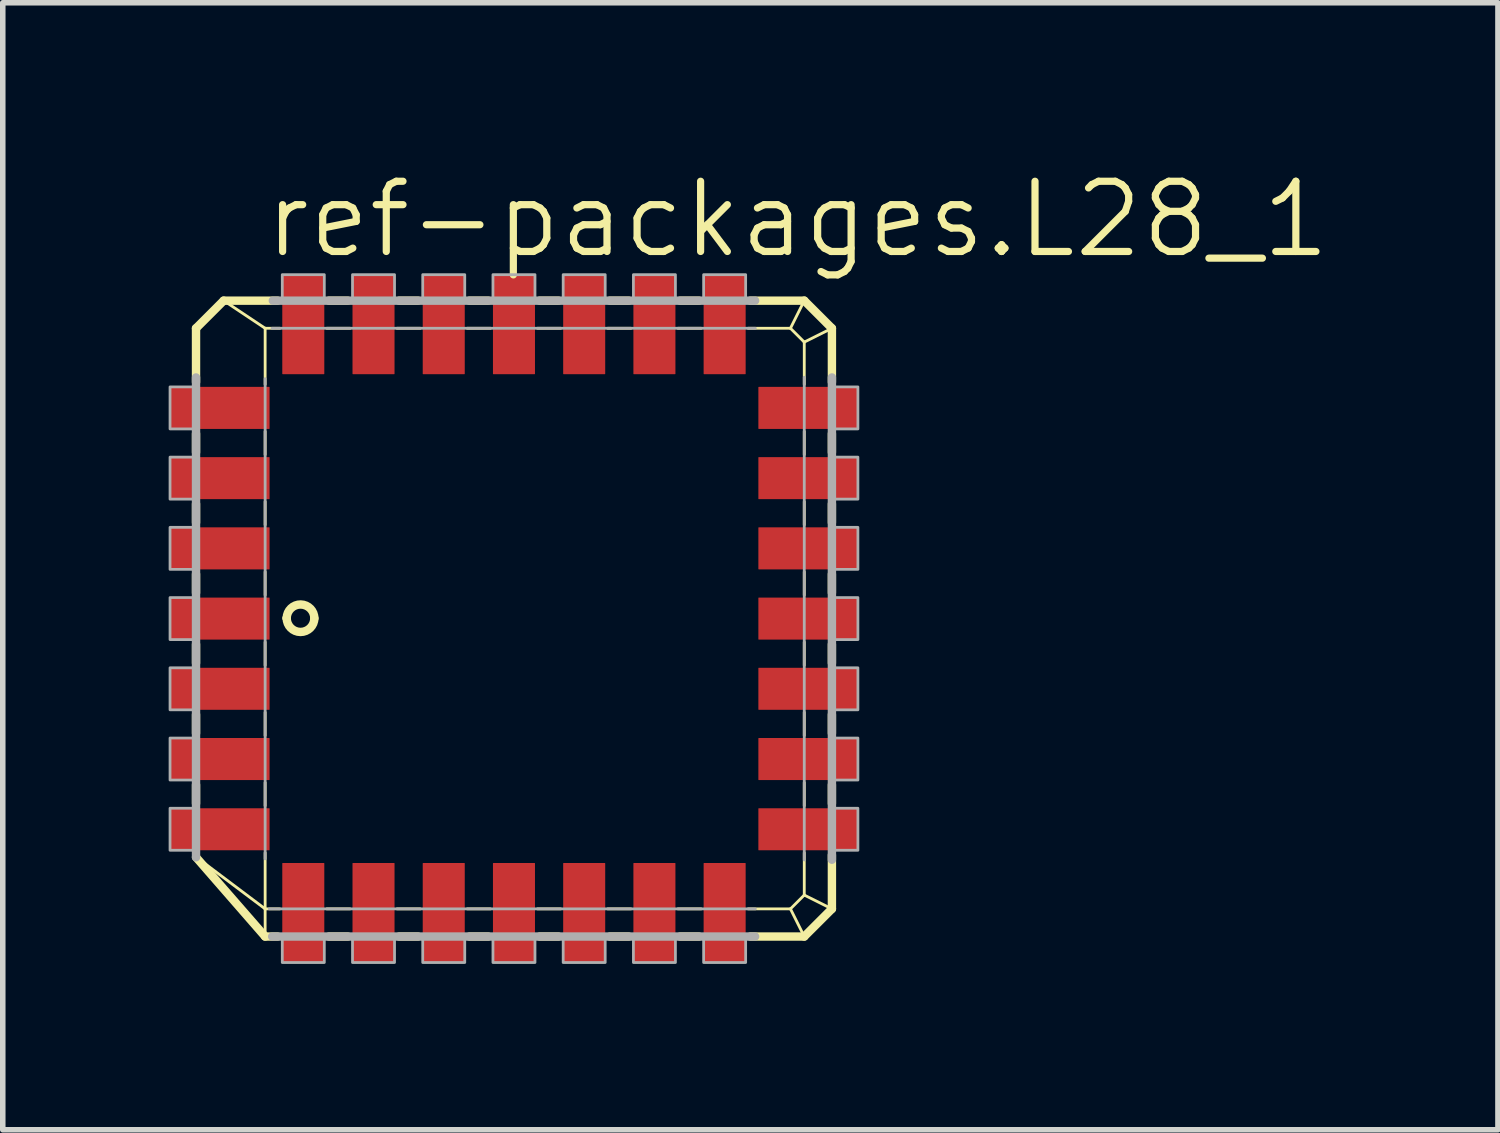
<source format=kicad_pcb>
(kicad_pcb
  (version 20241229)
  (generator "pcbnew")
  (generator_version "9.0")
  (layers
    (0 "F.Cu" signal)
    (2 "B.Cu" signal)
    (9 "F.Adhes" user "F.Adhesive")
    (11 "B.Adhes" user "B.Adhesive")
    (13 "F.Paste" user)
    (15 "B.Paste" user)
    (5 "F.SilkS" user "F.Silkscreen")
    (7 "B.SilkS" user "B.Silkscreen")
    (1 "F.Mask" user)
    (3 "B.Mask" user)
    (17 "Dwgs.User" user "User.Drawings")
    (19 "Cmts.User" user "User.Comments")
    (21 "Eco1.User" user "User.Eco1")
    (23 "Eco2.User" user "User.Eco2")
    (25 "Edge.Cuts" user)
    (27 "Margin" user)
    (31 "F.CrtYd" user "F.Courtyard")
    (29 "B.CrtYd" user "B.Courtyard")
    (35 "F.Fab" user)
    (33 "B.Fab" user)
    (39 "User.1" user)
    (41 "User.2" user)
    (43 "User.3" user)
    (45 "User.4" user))
  (footprint "ref-packages.L28_1"
    (layer "F.Cu")
    (at 6.245 8.137)
    (property "Reference" "ref-packages.L28_1" (at -4.572 -6.477 0) (layer "F.SilkS") (effects (font (size 1.27 1.27) (thickness 0.13)) (justify left bottom)))
    (attr smd)
    (fp_line (start -5.75 -5.25) (end -5.25 -5.75) (stroke (width 0.152) (type default)) (layer "F.SilkS"))
    (fp_line (start -5.75 -4.275) (end -5.75 -5.25) (stroke (width 0.152) (type default)) (layer "F.SilkS"))
    (fp_line (start -5.75 -3.005) (end -5.75 -3.345) (stroke (width 0.152) (type default)) (layer "F.SilkS"))
    (fp_line (start -5.75 -1.735) (end -5.75 -2.075) (stroke (width 0.152) (type default)) (layer "F.SilkS"))
    (fp_line (start -5.75 -0.465) (end -5.75 -0.805) (stroke (width 0.152) (type default)) (layer "F.SilkS"))
    (fp_line (start -5.75 0.805) (end -5.75 0.465) (stroke (width 0.152) (type default)) (layer "F.SilkS"))
    (fp_line (start -5.75 2.075) (end -5.75 1.735) (stroke (width 0.152) (type default)) (layer "F.SilkS"))
    (fp_line (start -5.75 3.345) (end -5.75 3.005) (stroke (width 0.152) (type default)) (layer "F.SilkS"))
    (fp_line (start -5.25 -5.75) (end -4.5 -5.25) (stroke (width 0.051) (type default)) (layer "F.SilkS"))
    (fp_line (start -5.25 -5.75) (end -4.275 -5.75) (stroke (width 0.152) (type default)) (layer "F.SilkS"))
    (fp_line (start -4.5 -5.25) (end -4.235 -5.25) (stroke (width 0.051) (type default)) (layer "F.SilkS"))
    (fp_line (start -4.5 -4.235) (end -4.5 -5.25) (stroke (width 0.051) (type default)) (layer "F.SilkS"))
    (fp_line (start -4.5 -2.965) (end -4.5 -3.385) (stroke (width 0.051) (type default)) (layer "F.SilkS"))
    (fp_line (start -4.5 -1.695) (end -4.5 -2.115) (stroke (width 0.051) (type default)) (layer "F.SilkS"))
    (fp_line (start -4.5 -0.425) (end -4.5 -0.845) (stroke (width 0.051) (type default)) (layer "F.SilkS"))
    (fp_line (start -4.5 0.845) (end -4.5 0.425) (stroke (width 0.051) (type default)) (layer "F.SilkS"))
    (fp_line (start -4.5 2.115) (end -4.5 1.695) (stroke (width 0.051) (type default)) (layer "F.SilkS"))
    (fp_line (start -4.5 3.385) (end -4.5 2.965) (stroke (width 0.051) (type default)) (layer "F.SilkS"))
    (fp_line (start -4.5 5.25) (end -5.729 4.326) (stroke (width 0.051) (type default)) (layer "F.SilkS"))
    (fp_line (start -4.5 5.25) (end -4.5 4.235) (stroke (width 0.051) (type default)) (layer "F.SilkS"))
    (fp_line (start -4.5 5.75) (end -5.75 4.315) (stroke (width 0.152) (type default)) (layer "F.SilkS"))
    (fp_line (start -4.5 5.75) (end -4.5 5.25) (stroke (width 0.051) (type default)) (layer "F.SilkS"))
    (fp_line (start -4.275 5.75) (end -4.5 5.75) (stroke (width 0.152) (type default)) (layer "F.SilkS"))
    (fp_line (start -4.235 5.25) (end -4.5 5.25) (stroke (width 0.051) (type default)) (layer "F.SilkS"))
    (fp_line (start -3.385 -5.25) (end -2.965 -5.25) (stroke (width 0.051) (type default)) (layer "F.SilkS"))
    (fp_line (start -3.345 -5.75) (end -3.005 -5.75) (stroke (width 0.152) (type default)) (layer "F.SilkS"))
    (fp_line (start -3.005 5.75) (end -3.345 5.75) (stroke (width 0.152) (type default)) (layer "F.SilkS"))
    (fp_line (start -2.965 5.25) (end -3.385 5.25) (stroke (width 0.051) (type default)) (layer "F.SilkS"))
    (fp_line (start -2.115 -5.25) (end -1.695 -5.25) (stroke (width 0.051) (type default)) (layer "F.SilkS"))
    (fp_line (start -2.075 -5.75) (end -1.735 -5.75) (stroke (width 0.152) (type default)) (layer "F.SilkS"))
    (fp_line (start -1.735 5.75) (end -2.075 5.75) (stroke (width 0.152) (type default)) (layer "F.SilkS"))
    (fp_line (start -1.695 5.25) (end -2.115 5.25) (stroke (width 0.051) (type default)) (layer "F.SilkS"))
    (fp_line (start -0.845 -5.25) (end -0.425 -5.25) (stroke (width 0.051) (type default)) (layer "F.SilkS"))
    (fp_line (start -0.805 -5.75) (end -0.465 -5.75) (stroke (width 0.152) (type default)) (layer "F.SilkS"))
    (fp_line (start -0.465 5.75) (end -0.805 5.75) (stroke (width 0.152) (type default)) (layer "F.SilkS"))
    (fp_line (start -0.425 5.25) (end -0.845 5.25) (stroke (width 0.051) (type default)) (layer "F.SilkS"))
    (fp_line (start 0.425 -5.25) (end 0.845 -5.25) (stroke (width 0.051) (type default)) (layer "F.SilkS"))
    (fp_line (start 0.465 -5.75) (end 0.805 -5.75) (stroke (width 0.152) (type default)) (layer "F.SilkS"))
    (fp_line (start 0.805 5.75) (end 0.465 5.75) (stroke (width 0.152) (type default)) (layer "F.SilkS"))
    (fp_line (start 0.845 5.25) (end 0.425 5.25) (stroke (width 0.051) (type default)) (layer "F.SilkS"))
    (fp_line (start 1.695 -5.25) (end 2.115 -5.25) (stroke (width 0.051) (type default)) (layer "F.SilkS"))
    (fp_line (start 1.735 -5.75) (end 2.075 -5.75) (stroke (width 0.152) (type default)) (layer "F.SilkS"))
    (fp_line (start 2.075 5.75) (end 1.735 5.75) (stroke (width 0.152) (type default)) (layer "F.SilkS"))
    (fp_line (start 2.115 5.25) (end 1.695 5.25) (stroke (width 0.051) (type default)) (layer "F.SilkS"))
    (fp_line (start 2.965 -5.25) (end 3.385 -5.25) (stroke (width 0.051) (type default)) (layer "F.SilkS"))
    (fp_line (start 3.005 -5.75) (end 3.345 -5.75) (stroke (width 0.152) (type default)) (layer "F.SilkS"))
    (fp_line (start 3.345 5.75) (end 3.005 5.75) (stroke (width 0.152) (type default)) (layer "F.SilkS"))
    (fp_line (start 3.385 5.25) (end 2.965 5.25) (stroke (width 0.051) (type default)) (layer "F.SilkS"))
    (fp_line (start 4.235 -5.25) (end 5 -5.25) (stroke (width 0.051) (type default)) (layer "F.SilkS"))
    (fp_line (start 4.275 -5.75) (end 5.25 -5.75) (stroke (width 0.152) (type default)) (layer "F.SilkS"))
    (fp_line (start 5 -5.25) (end 5.25 -5.75) (stroke (width 0.051) (type default)) (layer "F.SilkS"))
    (fp_line (start 5 -5.25) (end 5.25 -5) (stroke (width 0.051) (type default)) (layer "F.SilkS"))
    (fp_line (start 5 5.25) (end 4.235 5.25) (stroke (width 0.051) (type default)) (layer "F.SilkS"))
    (fp_line (start 5.25 -5.75) (end 5.75 -5.25) (stroke (width 0.152) (type default)) (layer "F.SilkS"))
    (fp_line (start 5.25 -5) (end 5.25 -4.235) (stroke (width 0.051) (type default)) (layer "F.SilkS"))
    (fp_line (start 5.25 -5) (end 5.75 -5.25) (stroke (width 0.051) (type default)) (layer "F.SilkS"))
    (fp_line (start 5.25 -3.385) (end 5.25 -2.965) (stroke (width 0.051) (type default)) (layer "F.SilkS"))
    (fp_line (start 5.25 -2.115) (end 5.25 -1.695) (stroke (width 0.051) (type default)) (layer "F.SilkS"))
    (fp_line (start 5.25 -0.845) (end 5.25 -0.425) (stroke (width 0.051) (type default)) (layer "F.SilkS"))
    (fp_line (start 5.25 0.425) (end 5.25 0.845) (stroke (width 0.051) (type default)) (layer "F.SilkS"))
    (fp_line (start 5.25 1.695) (end 5.25 2.115) (stroke (width 0.051) (type default)) (layer "F.SilkS"))
    (fp_line (start 5.25 2.965) (end 5.25 3.385) (stroke (width 0.051) (type default)) (layer "F.SilkS"))
    (fp_line (start 5.25 4.235) (end 5.25 5) (stroke (width 0.051) (type default)) (layer "F.SilkS"))
    (fp_line (start 5.25 5) (end 5 5.25) (stroke (width 0.051) (type default)) (layer "F.SilkS"))
    (fp_line (start 5.25 5.75) (end 4.275 5.75) (stroke (width 0.152) (type default)) (layer "F.SilkS"))
    (fp_line (start 5.25 5.75) (end 5 5.25) (stroke (width 0.051) (type default)) (layer "F.SilkS"))
    (fp_line (start 5.75 -5.25) (end 5.75 -4.275) (stroke (width 0.152) (type default)) (layer "F.SilkS"))
    (fp_line (start 5.75 -3.345) (end 5.75 -3.005) (stroke (width 0.152) (type default)) (layer "F.SilkS"))
    (fp_line (start 5.75 -2.075) (end 5.75 -1.735) (stroke (width 0.152) (type default)) (layer "F.SilkS"))
    (fp_line (start 5.75 -0.805) (end 5.75 -0.465) (stroke (width 0.152) (type default)) (layer "F.SilkS"))
    (fp_line (start 5.75 0.465) (end 5.75 0.805) (stroke (width 0.152) (type default)) (layer "F.SilkS"))
    (fp_line (start 5.75 1.735) (end 5.75 2.075) (stroke (width 0.152) (type default)) (layer "F.SilkS"))
    (fp_line (start 5.75 3.005) (end 5.75 3.345) (stroke (width 0.152) (type default)) (layer "F.SilkS"))
    (fp_line (start 5.75 4.275) (end 5.75 5.25) (stroke (width 0.152) (type default)) (layer "F.SilkS"))
    (fp_line (start 5.75 5.25) (end 5.25 5) (stroke (width 0.051) (type default)) (layer "F.SilkS"))
    (fp_line (start 5.75 5.25) (end 5.25 5.75) (stroke (width 0.152) (type default)) (layer "F.SilkS"))
    (fp_arc (start -4.11 -0.009) (mid -3.85604 -0.252513) (end -3.61 -0.001) (stroke (width 0.1524) (type default)) (layer "F.SilkS"))
    (fp_arc (start -4.11 -0.004) (mid -4.110012 -0.0065) (end -4.11 -0.009) (stroke (width 0.1524) (type default)) (layer "F.SilkS"))
    (fp_arc (start -3.61 -0.007) (mid -3.861 0.242) (end -4.11 -0.009) (stroke (width 0.1524) (type default)) (layer "F.SilkS"))
    (fp_line (start -5.75 4.317) (end -5.75 -4.361) (stroke (width 0.152) (type default)) (layer "F.Fab"))
    (fp_line (start -4.5 4.345) (end -4.5 -4.338) (stroke (width 0.051) (type default)) (layer "F.Fab"))
    (fp_line (start -4.376 -5.25) (end 4.365 -5.25) (stroke (width 0.051) (type default)) (layer "F.Fab"))
    (fp_line (start -4.361 -5.75) (end 4.361 -5.75) (stroke (width 0.152) (type default)) (layer "F.Fab"))
    (fp_line (start 4.361 5.75) (end -4.373 5.75) (stroke (width 0.152) (type default)) (layer "F.Fab"))
    (fp_line (start 4.365 5.25) (end -4.426 5.25) (stroke (width 0.051) (type default)) (layer "F.Fab"))
    (fp_line (start 5.25 -4.365) (end 5.25 4.365) (stroke (width 0.051) (type default)) (layer "F.Fab"))
    (fp_line (start 5.75 -4.361) (end 5.75 4.361) (stroke (width 0.152) (type default)) (layer "F.Fab"))
    (fp_rect (start -6.22 -3.43) (end -5.75 -4.19) (stroke (width 0.05) (type default)) (fill no) (layer "F.Fab"))
    (fp_rect (start -6.22 -2.16) (end -5.75 -2.92) (stroke (width 0.05) (type default)) (fill no) (layer "F.Fab"))
    (fp_rect (start -6.22 -0.89) (end -5.75 -1.65) (stroke (width 0.05) (type default)) (fill no) (layer "F.Fab"))
    (fp_rect (start -6.22 0.38) (end -5.75 -0.38) (stroke (width 0.05) (type default)) (fill no) (layer "F.Fab"))
    (fp_rect (start -6.22 1.65) (end -5.75 0.89) (stroke (width 0.05) (type default)) (fill no) (layer "F.Fab"))
    (fp_rect (start -6.22 2.92) (end -5.75 2.16) (stroke (width 0.05) (type default)) (fill no) (layer "F.Fab"))
    (fp_rect (start -6.22 4.19) (end -5.75 3.43) (stroke (width 0.05) (type default)) (fill no) (layer "F.Fab"))
    (fp_rect (start -4.19 -5.75) (end -3.43 -6.22) (stroke (width 0.05) (type default)) (fill no) (layer "F.Fab"))
    (fp_rect (start -4.19 6.22) (end -3.43 5.75) (stroke (width 0.05) (type default)) (fill no) (layer "F.Fab"))
    (fp_rect (start -2.92 -5.75) (end -2.16 -6.22) (stroke (width 0.05) (type default)) (fill no) (layer "F.Fab"))
    (fp_rect (start -2.92 6.22) (end -2.16 5.75) (stroke (width 0.05) (type default)) (fill no) (layer "F.Fab"))
    (fp_rect (start -1.65 -5.75) (end -0.89 -6.22) (stroke (width 0.05) (type default)) (fill no) (layer "F.Fab"))
    (fp_rect (start -1.65 6.22) (end -0.89 5.75) (stroke (width 0.05) (type default)) (fill no) (layer "F.Fab"))
    (fp_rect (start -0.38 -5.75) (end 0.38 -6.22) (stroke (width 0.05) (type default)) (fill no) (layer "F.Fab"))
    (fp_rect (start -0.38 6.22) (end 0.38 5.75) (stroke (width 0.05) (type default)) (fill no) (layer "F.Fab"))
    (fp_rect (start 0.89 -5.75) (end 1.65 -6.22) (stroke (width 0.05) (type default)) (fill no) (layer "F.Fab"))
    (fp_rect (start 0.89 6.22) (end 1.65 5.75) (stroke (width 0.05) (type default)) (fill no) (layer "F.Fab"))
    (fp_rect (start 2.16 -5.75) (end 2.92 -6.22) (stroke (width 0.05) (type default)) (fill no) (layer "F.Fab"))
    (fp_rect (start 2.16 6.22) (end 2.92 5.75) (stroke (width 0.05) (type default)) (fill no) (layer "F.Fab"))
    (fp_rect (start 3.43 -5.75) (end 4.19 -6.22) (stroke (width 0.05) (type default)) (fill no) (layer "F.Fab"))
    (fp_rect (start 3.43 6.22) (end 4.19 5.75) (stroke (width 0.05) (type default)) (fill no) (layer "F.Fab"))
    (fp_rect (start 5.75 -3.43) (end 6.22 -4.19) (stroke (width 0.05) (type default)) (fill no) (layer "F.Fab"))
    (fp_rect (start 5.75 -2.16) (end 6.22 -2.92) (stroke (width 0.05) (type default)) (fill no) (layer "F.Fab"))
    (fp_rect (start 5.75 -0.89) (end 6.22 -1.65) (stroke (width 0.05) (type default)) (fill no) (layer "F.Fab"))
    (fp_rect (start 5.75 0.38) (end 6.22 -0.38) (stroke (width 0.05) (type default)) (fill no) (layer "F.Fab"))
    (fp_rect (start 5.75 1.65) (end 6.22 0.89) (stroke (width 0.05) (type default)) (fill no) (layer "F.Fab"))
    (fp_rect (start 5.75 2.92) (end 6.22 2.16) (stroke (width 0.05) (type default)) (fill no) (layer "F.Fab"))
    (fp_rect (start 5.75 4.19) (end 6.22 3.43) (stroke (width 0.05) (type default)) (fill no) (layer "F.Fab"))
    (pad "1" smd roundrect (at -5.32 0) (size 1.8 0.76) (layers "F.Cu" "F.Mask" "F.Paste") (roundrect_rratio 0.01))
    (pad "2" smd roundrect (at -5.32 1.27) (size 1.8 0.76) (layers "F.Cu" "F.Mask" "F.Paste") (roundrect_rratio 0.01))
    (pad "3" smd roundrect (at -5.32 2.54) (size 1.8 0.76) (layers "F.Cu" "F.Mask" "F.Paste") (roundrect_rratio 0.01))
    (pad "4" smd roundrect (at -5.32 3.81) (size 1.8 0.76) (layers "F.Cu" "F.Mask" "F.Paste") (roundrect_rratio 0.01))
    (pad "5" smd roundrect (at -3.81 5.32) (size 0.76 1.8) (layers "F.Cu" "F.Mask" "F.Paste") (roundrect_rratio 0.01))
    (pad "6" smd roundrect (at -2.54 5.32) (size 0.76 1.8) (layers "F.Cu" "F.Mask" "F.Paste") (roundrect_rratio 0.01))
    (pad "7" smd roundrect (at -1.27 5.32) (size 0.76 1.8) (layers "F.Cu" "F.Mask" "F.Paste") (roundrect_rratio 0.01))
    (pad "8" smd roundrect (at 0 5.32) (size 0.76 1.8) (layers "F.Cu" "F.Mask" "F.Paste") (roundrect_rratio 0.01))
    (pad "9" smd roundrect (at 1.27 5.32) (size 0.76 1.8) (layers "F.Cu" "F.Mask" "F.Paste") (roundrect_rratio 0.01))
    (pad "10" smd roundrect (at 2.54 5.32) (size 0.76 1.8) (layers "F.Cu" "F.Mask" "F.Paste") (roundrect_rratio 0.01))
    (pad "11" smd roundrect (at 3.81 5.32) (size 0.76 1.8) (layers "F.Cu" "F.Mask" "F.Paste") (roundrect_rratio 0.01))
    (pad "12" smd roundrect (at 5.32 3.81) (size 1.8 0.76) (layers "F.Cu" "F.Mask" "F.Paste") (roundrect_rratio 0.01))
    (pad "13" smd roundrect (at 5.32 2.54) (size 1.8 0.76) (layers "F.Cu" "F.Mask" "F.Paste") (roundrect_rratio 0.01))
    (pad "14" smd roundrect (at 5.32 1.27) (size 1.8 0.76) (layers "F.Cu" "F.Mask" "F.Paste") (roundrect_rratio 0.01))
    (pad "15" smd roundrect (at 5.32 0) (size 1.8 0.76) (layers "F.Cu" "F.Mask" "F.Paste") (roundrect_rratio 0.01))
    (pad "16" smd roundrect (at 5.32 -1.27) (size 1.8 0.76) (layers "F.Cu" "F.Mask" "F.Paste") (roundrect_rratio 0.01))
    (pad "17" smd roundrect (at 5.32 -2.54) (size 1.8 0.76) (layers "F.Cu" "F.Mask" "F.Paste") (roundrect_rratio 0.01))
    (pad "18" smd roundrect (at 5.32 -3.81) (size 1.8 0.76) (layers "F.Cu" "F.Mask" "F.Paste") (roundrect_rratio 0.01))
    (pad "19" smd roundrect (at 3.81 -5.32) (size 0.76 1.8) (layers "F.Cu" "F.Mask" "F.Paste") (roundrect_rratio 0.01))
    (pad "20" smd roundrect (at 2.54 -5.32) (size 0.76 1.8) (layers "F.Cu" "F.Mask" "F.Paste") (roundrect_rratio 0.01))
    (pad "21" smd roundrect (at 1.27 -5.32) (size 0.76 1.8) (layers "F.Cu" "F.Mask" "F.Paste") (roundrect_rratio 0.01))
    (pad "22" smd roundrect (at 0 -5.32) (size 0.76 1.8) (layers "F.Cu" "F.Mask" "F.Paste") (roundrect_rratio 0.01))
    (pad "23" smd roundrect (at -1.27 -5.32) (size 0.76 1.8) (layers "F.Cu" "F.Mask" "F.Paste") (roundrect_rratio 0.01))
    (pad "24" smd roundrect (at -2.54 -5.32) (size 0.76 1.8) (layers "F.Cu" "F.Mask" "F.Paste") (roundrect_rratio 0.01))
    (pad "25" smd roundrect (at -3.81 -5.32) (size 0.76 1.8) (layers "F.Cu" "F.Mask" "F.Paste") (roundrect_rratio 0.01))
    (pad "26" smd roundrect (at -5.32 -3.81) (size 1.8 0.76) (layers "F.Cu" "F.Mask" "F.Paste") (roundrect_rratio 0.01))
    (pad "27" smd roundrect (at -5.32 -2.54) (size 1.8 0.76) (layers "F.Cu" "F.Mask" "F.Paste") (roundrect_rratio 0.01))
    (pad "28" smd roundrect (at -5.32 -1.27) (size 1.8 0.76) (layers "F.Cu" "F.Mask" "F.Paste") (roundrect_rratio 0.01)))
  (gr_rect
    (start -3 -3)
    (end 24.04 17.382)
    (stroke (width 0.1) (type default))
    (fill no)
    (layer "Edge.Cuts")))
</source>
